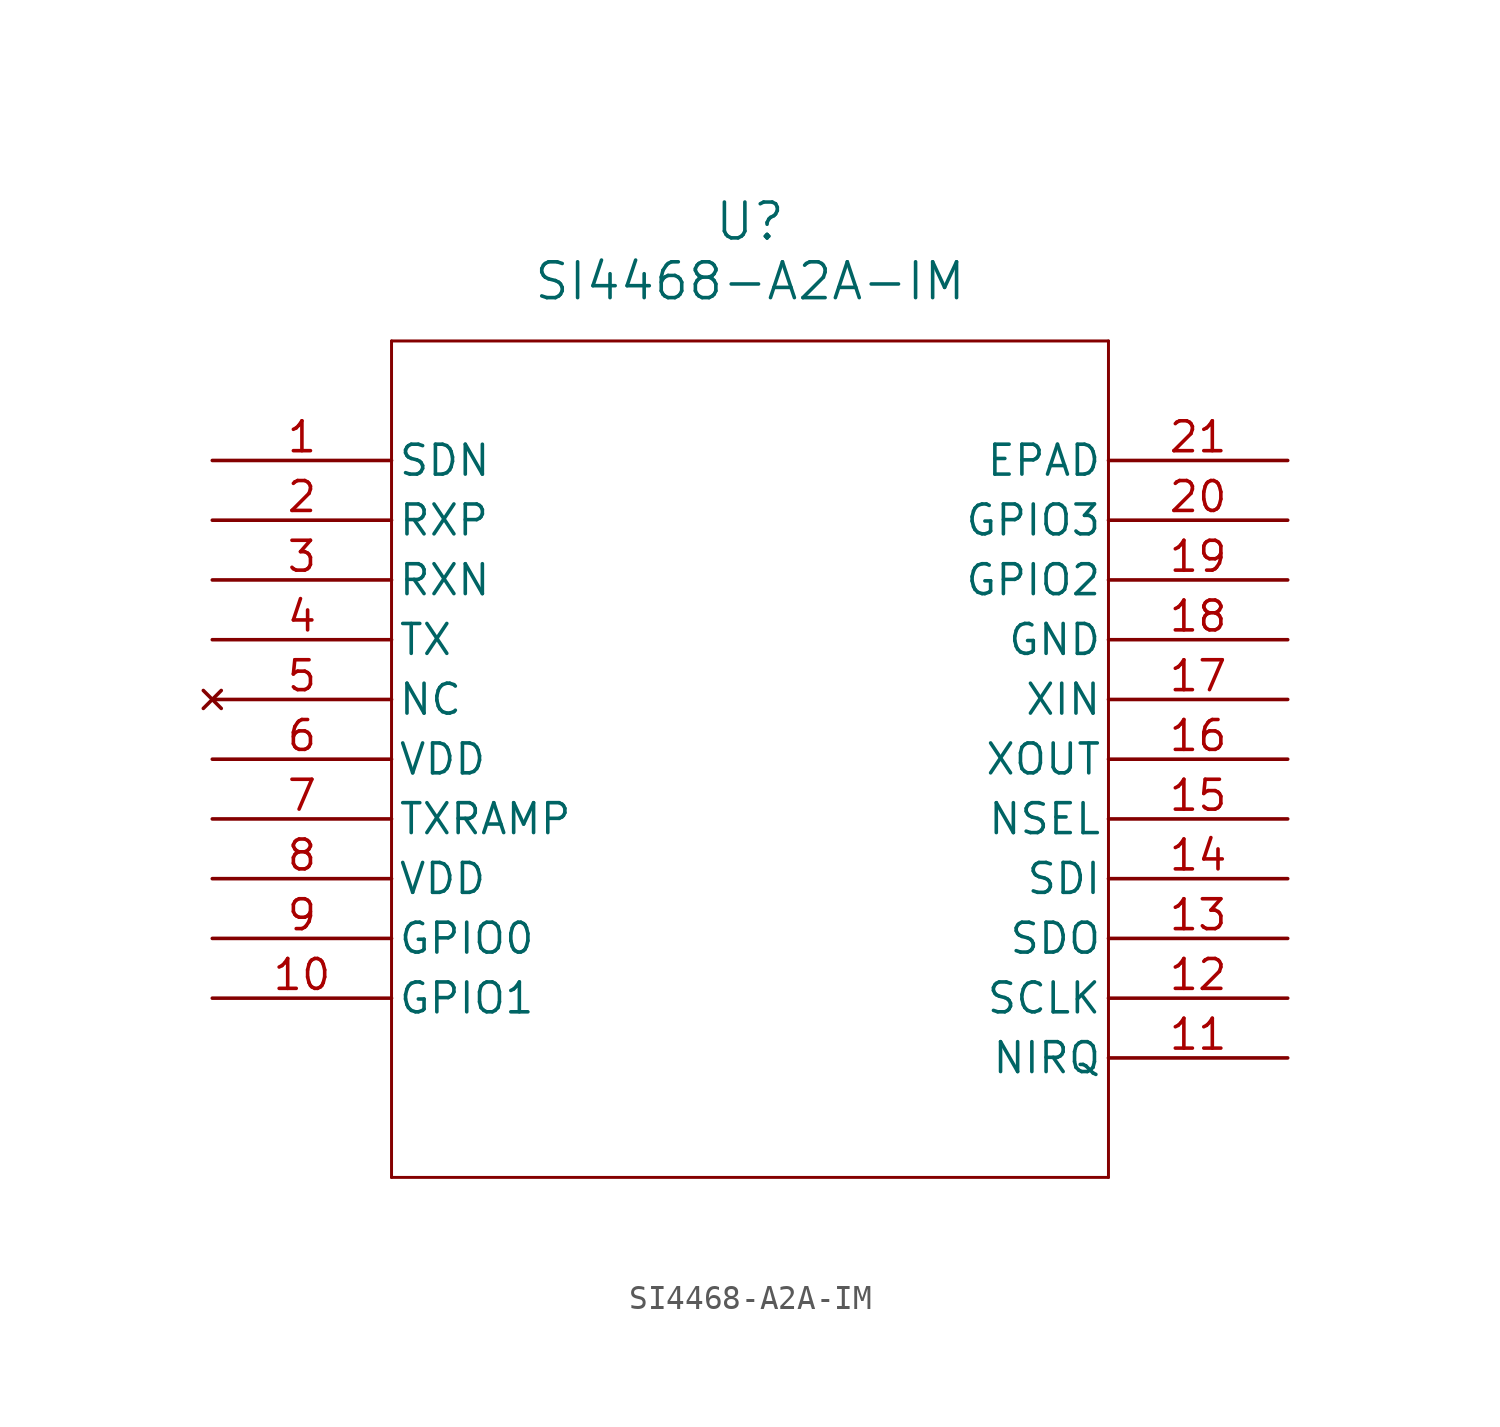
<source format=kicad_sym>
(kicad_symbol_lib
  (version 20211014)
  (generator kicad_symbol_editor)
  (symbol "SI4468-A2A-IM"
    (pin_names
      (offset 0.254))
    (property "Reference" "U"
      (at 22.86 10.16 0)
      (effects (font (size 1.524 1.524))))
    (property "Value" "SI4468-A2A-IM"
      (at 22.86 7.62 0)
      (effects (font (size 1.524 1.524))))
    (symbol "SI4468-A2A-IM_0_1"
      (polyline (pts (xy 7.62 5.08) (xy 7.62 -30.48)) (stroke (width 0.127) (type default) (color 0 0 0 0)) (fill (type none)))
      (polyline (pts (xy 7.62 -30.48) (xy 38.1 -30.48)) (stroke (width 0.127) (type default) (color 0 0 0 0)) (fill (type none)))
      (polyline (pts (xy 38.1 -30.48) (xy 38.1 5.08)) (stroke (width 0.127) (type default) (color 0 0 0 0)) (fill (type none)))
      (polyline (pts (xy 38.1 5.08) (xy 7.62 5.08)) (stroke (width 0.127) (type default) (color 0 0 0 0)) (fill (type none)))
      (pin input line (at 0 0 0) (length 7.62) (name "SDN" (effects (font (size 1.27 1.27)))) (number "1" (effects (font (size 1.27 1.27)))))
      (pin input line (at 0 -2.54 0) (length 7.62) (name "RXP" (effects (font (size 1.27 1.27)))) (number "2" (effects (font (size 1.27 1.27)))))
      (pin input line (at 0 -5.08 0) (length 7.62) (name "RXN" (effects (font (size 1.27 1.27)))) (number "3" (effects (font (size 1.27 1.27)))))
      (pin output line (at 0 -7.62 0) (length 7.62) (name "TX" (effects (font (size 1.27 1.27)))) (number "4" (effects (font (size 1.27 1.27)))))
      (pin no_connect line (at 0 -10.16 0) (length 7.62) (name "NC" (effects (font (size 1.27 1.27)))) (number "5" (effects (font (size 1.27 1.27)))))
      (pin power_in line (at 0 -12.7 0) (length 7.62) (name "VDD" (effects (font (size 1.27 1.27)))) (number "6" (effects (font (size 1.27 1.27)))))
      (pin output line (at 0 -15.24 0) (length 7.62) (name "TXRAMP" (effects (font (size 1.27 1.27)))) (number "7" (effects (font (size 1.27 1.27)))))
      (pin power_in line (at 0 -17.78 0) (length 7.62) (name "VDD" (effects (font (size 1.27 1.27)))) (number "8" (effects (font (size 1.27 1.27)))))
      (pin bidirectional line (at 0 -20.32 0) (length 7.62) (name "GPIO0" (effects (font (size 1.27 1.27)))) (number "9" (effects (font (size 1.27 1.27)))))
      (pin bidirectional line (at 0 -22.86 0) (length 7.62) (name "GPIO1" (effects (font (size 1.27 1.27)))) (number "10" (effects (font (size 1.27 1.27)))))
      (pin output line (at 45.72 -25.4 180) (length 7.62) (name "NIRQ" (effects (font (size 1.27 1.27)))) (number "11" (effects (font (size 1.27 1.27)))))
      (pin input line (at 45.72 -22.86 180) (length 7.62) (name "SCLK" (effects (font (size 1.27 1.27)))) (number "12" (effects (font (size 1.27 1.27)))))
      (pin output line (at 45.72 -20.32 180) (length 7.62) (name "SDO" (effects (font (size 1.27 1.27)))) (number "13" (effects (font (size 1.27 1.27)))))
      (pin input line (at 45.72 -17.78 180) (length 7.62) (name "SDI" (effects (font (size 1.27 1.27)))) (number "14" (effects (font (size 1.27 1.27)))))
      (pin input line (at 45.72 -15.24 180) (length 7.62) (name "NSEL" (effects (font (size 1.27 1.27)))) (number "15" (effects (font (size 1.27 1.27)))))
      (pin output line (at 45.72 -12.7 180) (length 7.62) (name "XOUT" (effects (font (size 1.27 1.27)))) (number "16" (effects (font (size 1.27 1.27)))))
      (pin input line (at 45.72 -10.16 180) (length 7.62) (name "XIN" (effects (font (size 1.27 1.27)))) (number "17" (effects (font (size 1.27 1.27)))))
      (pin power_in line (at 45.72 -7.62 180) (length 7.62) (name "GND" (effects (font (size 1.27 1.27)))) (number "18" (effects (font (size 1.27 1.27)))))
      (pin bidirectional line (at 45.72 -5.08 180) (length 7.62) (name "GPIO2" (effects (font (size 1.27 1.27)))) (number "19" (effects (font (size 1.27 1.27)))))
      (pin bidirectional line (at 45.72 -2.54 180) (length 7.62) (name "GPIO3" (effects (font (size 1.27 1.27)))) (number "20" (effects (font (size 1.27 1.27)))))
      (pin unspecified line (at 45.72 0 180) (length 7.62) (name "EPAD" (effects (font (size 1.27 1.27)))) (number "21" (effects (font (size 1.27 1.27))))))))
</source>
